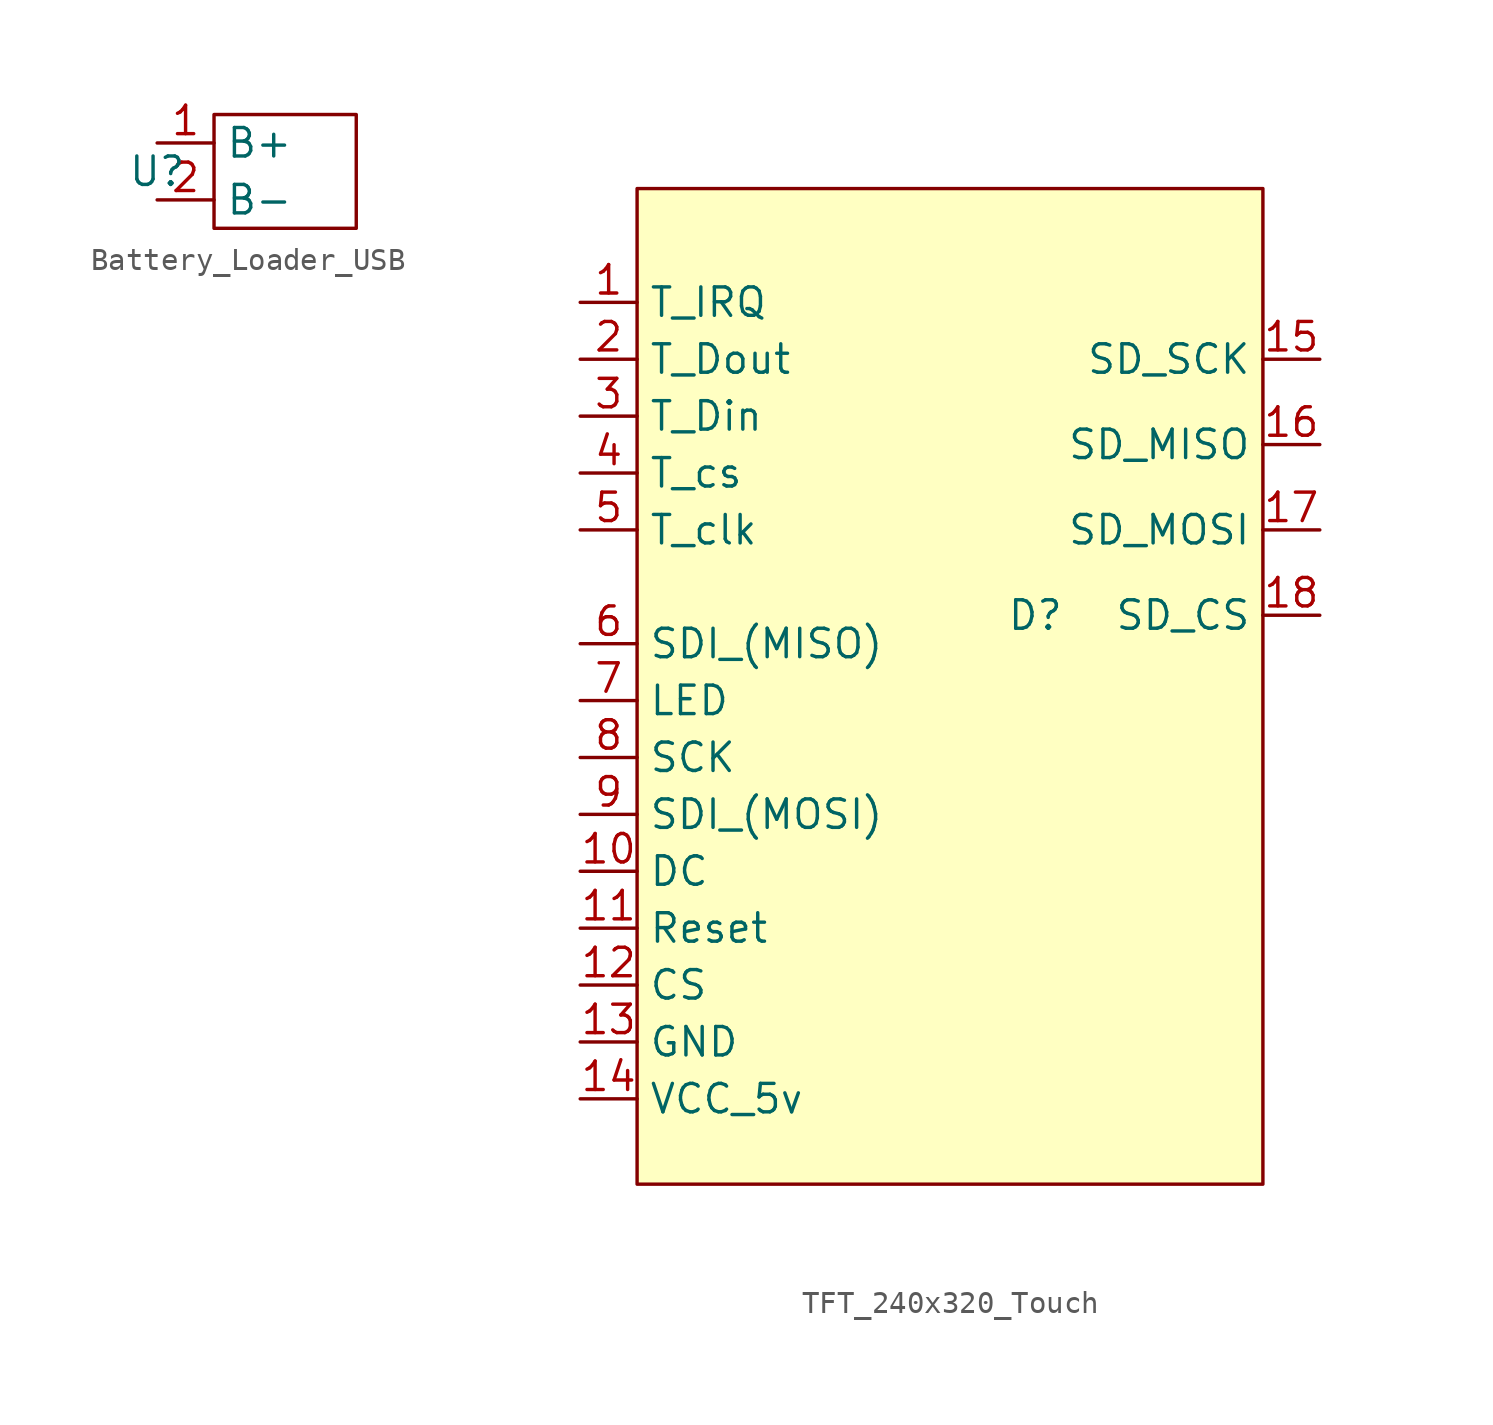
<source format=kicad_sym>
(kicad_symbol_lib
  (version 20220914)
  (generator kicad_symbol_editor)
  (symbol "Battery_Loader_USB"
    (property "Reference" "U"
      (at 0 0 0)
      (effects (font (size 1.27 1.27))))
    (property "Value" ""
      (at 0 0 0)
      (effects (font (size 1.27 1.27))))
    (symbol "Battery_Loader_USB_1_1"
      (rectangle (start 2.54 2.54) (end 8.89 -2.54) (stroke (width 0) (type default)) (fill (type none)))
      (pin power_out line (at 0 1.27 0) (length 2.54) (name "B+" (effects (font (size 1.27 1.27)))) (number "1" (effects (font (size 1.27 1.27)))))
      (pin power_out line (at 0 -1.27 0) (length 2.54) (name "B-" (effects (font (size 1.27 1.27)))) (number "2" (effects (font (size 1.27 1.27)))))))
  (symbol "TFT_240x320_Touch"
    (property "Reference" "D"
      (at 0 0 0)
      (effects (font (size 1.27 1.27))))
    (property "Value" ""
      (at 0 0 0)
      (effects (font (size 1.27 1.27))))
    (symbol "TFT_240x320_Touch_1_1"
      (rectangle (start -17.78 19.05) (end 10.16 -25.4) (stroke (width 0) (type default)) (fill (type background)))
      (pin bidirectional line (at -20.32 13.97 0) (length 2.54) (name "T_IRQ" (effects (font (size 1.27 1.27)))) (number "1" (effects (font (size 1.27 1.27)))))
      (pin bidirectional line (at -20.32 -11.43 0) (length 2.54) (name "DC" (effects (font (size 1.27 1.27)))) (number "10" (effects (font (size 1.27 1.27)))))
      (pin bidirectional line (at -20.32 -13.97 0) (length 2.54) (name "Reset" (effects (font (size 1.27 1.27)))) (number "11" (effects (font (size 1.27 1.27)))))
      (pin bidirectional line (at -20.32 -16.51 0) (length 2.54) (name "CS" (effects (font (size 1.27 1.27)))) (number "12" (effects (font (size 1.27 1.27)))))
      (pin power_in line (at -20.32 -19.05 0) (length 2.54) (name "GND" (effects (font (size 1.27 1.27)))) (number "13" (effects (font (size 1.27 1.27)))))
      (pin power_in line (at -20.32 -21.59 0) (length 2.54) (name "VCC_5v" (effects (font (size 1.27 1.27)))) (number "14" (effects (font (size 1.27 1.27)))))
      (pin bidirectional line (at 12.7 11.43 180) (length 2.54) (name "SD_SCK" (effects (font (size 1.27 1.27)))) (number "15" (effects (font (size 1.27 1.27)))))
      (pin bidirectional line (at 12.7 7.62 180) (length 2.54) (name "SD_MISO" (effects (font (size 1.27 1.27)))) (number "16" (effects (font (size 1.27 1.27)))))
      (pin bidirectional line (at 12.7 3.81 180) (length 2.54) (name "SD_MOSI" (effects (font (size 1.27 1.27)))) (number "17" (effects (font (size 1.27 1.27)))))
      (pin bidirectional line (at 12.7 0 180) (length 2.54) (name "SD_CS" (effects (font (size 1.27 1.27)))) (number "18" (effects (font (size 1.27 1.27)))))
      (pin bidirectional line (at -20.32 11.43 0) (length 2.54) (name "T_Dout" (effects (font (size 1.27 1.27)))) (number "2" (effects (font (size 1.27 1.27)))))
      (pin bidirectional line (at -20.32 8.89 0) (length 2.54) (name "T_Din" (effects (font (size 1.27 1.27)))) (number "3" (effects (font (size 1.27 1.27)))))
      (pin bidirectional line (at -20.32 6.35 0) (length 2.54) (name "T_cs" (effects (font (size 1.27 1.27)))) (number "4" (effects (font (size 1.27 1.27)))))
      (pin bidirectional line (at -20.32 3.81 0) (length 2.54) (name "T_clk" (effects (font (size 1.27 1.27)))) (number "5" (effects (font (size 1.27 1.27)))))
      (pin bidirectional line (at -20.32 -1.27 0) (length 2.54) (name "SDI_(MISO)" (effects (font (size 1.27 1.27)))) (number "6" (effects (font (size 1.27 1.27)))))
      (pin power_in line (at -20.32 -3.81 0) (length 2.54) (name "LED" (effects (font (size 1.27 1.27)))) (number "7" (effects (font (size 1.27 1.27)))))
      (pin bidirectional line (at -20.32 -6.35 0) (length 2.54) (name "SCK" (effects (font (size 1.27 1.27)))) (number "8" (effects (font (size 1.27 1.27)))))
      (pin bidirectional line (at -20.32 -8.89 0) (length 2.54) (name "SDI_(MOSI)" (effects (font (size 1.27 1.27)))) (number "9" (effects (font (size 1.27 1.27))))))))
</source>
